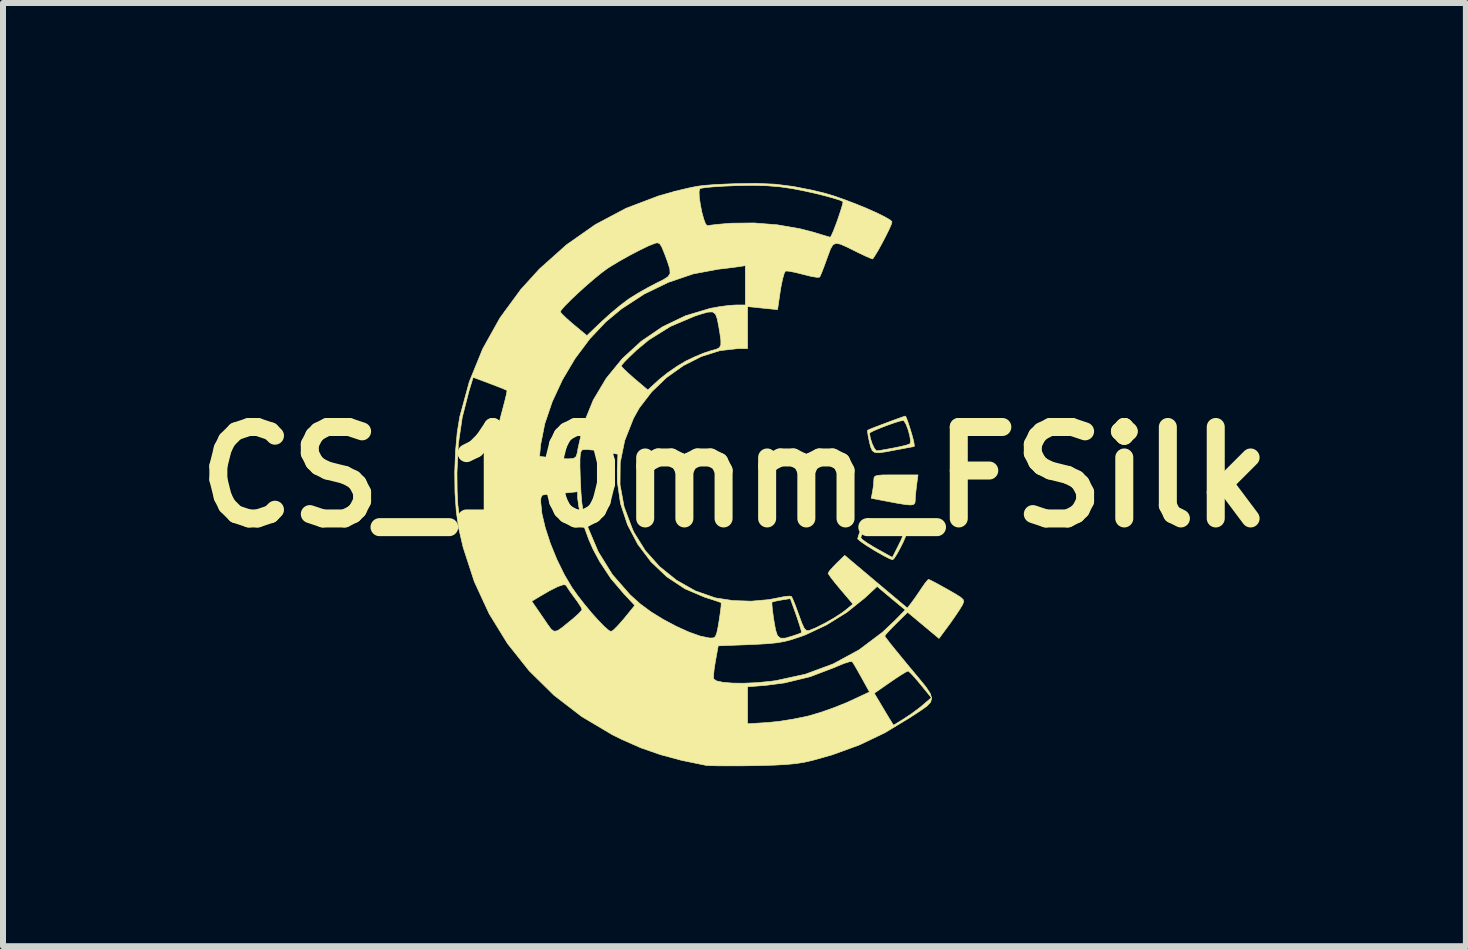
<source format=kicad_pcb>
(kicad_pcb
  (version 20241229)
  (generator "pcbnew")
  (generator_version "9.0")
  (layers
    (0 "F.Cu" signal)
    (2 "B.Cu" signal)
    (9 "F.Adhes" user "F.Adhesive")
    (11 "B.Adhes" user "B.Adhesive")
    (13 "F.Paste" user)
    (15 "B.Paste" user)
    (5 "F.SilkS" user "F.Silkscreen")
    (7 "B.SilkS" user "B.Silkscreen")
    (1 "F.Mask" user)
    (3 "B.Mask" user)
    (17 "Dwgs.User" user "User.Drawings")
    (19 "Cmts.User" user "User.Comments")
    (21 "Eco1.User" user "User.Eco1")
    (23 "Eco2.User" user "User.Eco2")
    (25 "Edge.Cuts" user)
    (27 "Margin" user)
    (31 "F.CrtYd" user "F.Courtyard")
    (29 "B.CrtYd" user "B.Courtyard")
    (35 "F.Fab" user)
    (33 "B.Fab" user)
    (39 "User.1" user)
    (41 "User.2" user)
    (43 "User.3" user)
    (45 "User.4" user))
  (footprint "CS_10mm_FSilk"
    (layer "F.Cu")
    (at 9.188 4.899)
    (property "Reference" "CS_10mm_FSilk" (at 0 0 0) (layer "F.SilkS") (effects (font (size 1.524 1.524) (thickness 0.3))))
    (attr through_hole)
    (fp_poly (pts (xy 3.035 0.132) (xy 3.021 0.254) (xy 3.012 0.359) (xy 3.012 0.386) (xy 3.007 0.43) (xy 2.986 0.456) (xy 2.937 0.465) (xy 2.848 0.458) (xy 2.708 0.435) (xy 2.564 0.408) (xy 2.279 0.354) (xy 2.3 0.245) (xy 2.317 0.134) (xy 2.322 0.05) (xy 2.325 0.011) (xy 2.342 -0.014) (xy 2.386 -0.028) (xy 2.47 -0.035) (xy 2.609 -0.036) (xy 2.69 -0.036) (xy 3.058 -0.036) (xy 3.035 0.132)) (stroke (width 0.01) (type solid)) (fill yes) (layer "F.SilkS"))
    (fp_poly (pts (xy 2.267 0.701) (xy 2.362 0.732) (xy 2.482 0.775) (xy 2.611 0.823) (xy 2.73 0.869) (xy 2.821 0.908) (xy 2.865 0.931) (xy 2.867 0.933) (xy 2.851 0.99) (xy 2.812 1.082) (xy 2.759 1.187) (xy 2.705 1.286) (xy 2.659 1.356) (xy 2.635 1.378) (xy 2.587 1.361) (xy 2.494 1.314) (xy 2.373 1.246) (xy 2.322 1.216) (xy 2.201 1.141) (xy 2.108 1.077) (xy 2.058 1.035) (xy 2.053 1.026) (xy 2.057 1.011) (xy 2.105 1.011) (xy 2.134 1.044) (xy 2.213 1.1) (xy 2.326 1.169) (xy 2.368 1.193) (xy 2.631 1.339) (xy 2.727 1.15) (xy 2.777 1.048) (xy 2.807 0.974) (xy 2.812 0.95) (xy 2.775 0.932) (xy 2.69 0.898) (xy 2.578 0.855) (xy 2.456 0.811) (xy 2.345 0.771) (xy 2.263 0.744) (xy 2.229 0.736) (xy 2.199 0.788) (xy 2.159 0.871) (xy 2.123 0.954) (xy 2.105 1.008) (xy 2.105 1.011) (xy 2.057 1.011) (xy 2.071 0.963) (xy 2.108 0.874) (xy 2.153 0.782) (xy 2.194 0.713) (xy 2.217 0.689) (xy 2.267 0.701)) (stroke (width 0.01) (type solid)) (fill yes) (layer "F.SilkS"))
    (fp_poly (pts (xy 2.865 -0.985) (xy 2.894 -0.905) (xy 2.929 -0.798) (xy 2.962 -0.686) (xy 2.987 -0.591) (xy 2.987 -0.59) (xy 2.997 -0.527) (xy 2.993 -0.508) (xy 2.955 -0.502) (xy 2.863 -0.485) (xy 2.735 -0.461) (xy 2.697 -0.454) (xy 2.524 -0.421) (xy 2.409 -0.405) (xy 2.337 -0.411) (xy 2.296 -0.44) (xy 2.27 -0.499) (xy 2.249 -0.583) (xy 2.227 -0.688) (xy 2.221 -0.731) (xy 2.25 -0.731) (xy 2.263 -0.65) (xy 2.293 -0.557) (xy 2.331 -0.478) (xy 2.365 -0.438) (xy 2.369 -0.437) (xy 2.425 -0.444) (xy 2.53 -0.462) (xy 2.658 -0.486) (xy 2.784 -0.512) (xy 2.88 -0.537) (xy 2.925 -0.555) (xy 2.926 -0.555) (xy 2.934 -0.604) (xy 2.92 -0.692) (xy 2.892 -0.794) (xy 2.857 -0.884) (xy 2.823 -0.938) (xy 2.811 -0.943) (xy 2.752 -0.932) (xy 2.653 -0.901) (xy 2.535 -0.859) (xy 2.417 -0.813) (xy 2.318 -0.771) (xy 2.259 -0.74) (xy 2.25 -0.731) (xy 2.221 -0.731) (xy 2.217 -0.761) (xy 2.219 -0.78) (xy 2.256 -0.797) (xy 2.343 -0.832) (xy 2.459 -0.876) (xy 2.587 -0.924) (xy 2.706 -0.968) (xy 2.799 -1.001) (xy 2.846 -1.016) (xy 2.848 -1.016) (xy 2.865 -0.985)) (stroke (width 0.01) (type solid)) (fill yes) (layer "F.SilkS"))
    (fp_poly (pts (xy 0.677 -4.88) (xy 0.98 -4.842) (xy 1.3 -4.779) (xy 1.506 -4.729) (xy 1.657 -4.684) (xy 1.832 -4.623) (xy 2.019 -4.552) (xy 2.202 -4.477) (xy 2.369 -4.403) (xy 2.504 -4.336) (xy 2.595 -4.283) (xy 2.624 -4.256) (xy 2.615 -4.216) (xy 2.578 -4.13) (xy 2.522 -4.017) (xy 2.457 -3.892) (xy 2.392 -3.774) (xy 2.334 -3.68) (xy 2.303 -3.635) (xy 2.269 -3.645) (xy 2.186 -3.681) (xy 2.072 -3.735) (xy 2.045 -3.748) (xy 1.879 -3.831) (xy 1.765 -3.881) (xy 1.69 -3.895) (xy 1.64 -3.869) (xy 1.6 -3.801) (xy 1.558 -3.688) (xy 1.54 -3.639) (xy 1.491 -3.505) (xy 1.45 -3.399) (xy 1.423 -3.338) (xy 1.418 -3.331) (xy 1.376 -3.328) (xy 1.282 -3.343) (xy 1.158 -3.373) (xy 1.143 -3.377) (xy 1.013 -3.41) (xy 0.909 -3.43) (xy 0.852 -3.434) (xy 0.85 -3.433) (xy 0.828 -3.393) (xy 0.801 -3.298) (xy 0.774 -3.165) (xy 0.764 -3.104) (xy 0.718 -2.79) (xy 0.218 -2.84) (xy 0.218 -2.141) (xy 0.062 -2.141) (xy -0.242 -2.107) (xy -0.55 -2.01) (xy -0.85 -1.858) (xy -1.131 -1.659) (xy -1.379 -1.421) (xy -1.585 -1.153) (xy -1.682 -0.98) (xy -1.829 -0.608) (xy -1.904 -0.24) (xy -1.907 0.127) (xy -1.839 0.497) (xy -1.698 0.873) (xy -1.671 0.929) (xy -1.486 1.226) (xy -1.246 1.494) (xy -0.963 1.721) (xy -0.651 1.897) (xy -0.322 2.012) (xy -0.308 2.015) (xy -0.025 2.058) (xy 0.28 2.068) (xy 0.574 2.042) (xy 0.708 2.016) (xy 0.825 1.993) (xy 0.914 1.983) (xy 0.949 1.989) (xy 0.971 2.033) (xy 1.01 2.127) (xy 1.057 2.255) (xy 1.072 2.296) (xy 1.123 2.435) (xy 1.161 2.517) (xy 1.194 2.554) (xy 1.23 2.559) (xy 1.248 2.555) (xy 1.359 2.51) (xy 1.503 2.437) (xy 1.655 2.351) (xy 1.788 2.265) (xy 1.853 2.216) (xy 1.974 2.116) (xy 1.767 1.872) (xy 1.674 1.76) (xy 1.603 1.669) (xy 1.564 1.612) (xy 1.56 1.602) (xy 1.584 1.563) (xy 1.646 1.494) (xy 1.698 1.44) (xy 1.837 1.305) (xy 2.358 1.744) (xy 2.88 2.183) (xy 2.946 2.098) (xy 3.006 2.016) (xy 3.081 1.907) (xy 3.112 1.86) (xy 3.173 1.772) (xy 3.219 1.716) (xy 3.234 1.705) (xy 3.273 1.722) (xy 3.36 1.767) (xy 3.48 1.833) (xy 3.55 1.872) (xy 3.687 1.951) (xy 3.771 2.004) (xy 3.812 2.043) (xy 3.819 2.078) (xy 3.802 2.121) (xy 3.795 2.135) (xy 3.749 2.211) (xy 3.674 2.323) (xy 3.587 2.447) (xy 3.577 2.46) (xy 3.408 2.689) (xy 2.885 2.253) (xy 2.694 2.441) (xy 2.602 2.534) (xy 2.534 2.608) (xy 2.504 2.647) (xy 2.504 2.649) (xy 2.526 2.682) (xy 2.587 2.762) (xy 2.681 2.879) (xy 2.799 3.023) (xy 2.922 3.172) (xy 3.078 3.359) (xy 3.191 3.498) (xy 3.26 3.602) (xy 3.286 3.682) (xy 3.269 3.749) (xy 3.208 3.815) (xy 3.103 3.89) (xy 2.955 3.987) (xy 2.921 4.009) (xy 2.503 4.262) (xy 2.08 4.464) (xy 1.629 4.628) (xy 1.292 4.723) (xy 1.162 4.752) (xy 1.024 4.774) (xy 0.863 4.789) (xy 0.665 4.8) (xy 0.414 4.807) (xy 0.308 4.809) (xy 0.086 4.812) (xy -0.116 4.812) (xy -0.286 4.811) (xy -0.409 4.808) (xy -0.472 4.804) (xy -0.877 4.721) (xy -1.231 4.626) (xy -1.559 4.512) (xy -1.881 4.37) (xy -2.036 4.293) (xy -2.546 3.99) (xy -3.009 3.634) (xy -3.151 3.494) (xy 0.218 3.494) (xy 0.218 4.111) (xy 0.553 4.09) (xy 0.75 4.07) (xy 0.975 4.034) (xy 1.188 3.991) (xy 1.239 3.979) (xy 1.442 3.919) (xy 1.667 3.839) (xy 1.874 3.756) (xy 1.92 3.735) (xy 2.205 3.602) (xy 2.329 3.602) (xy 2.44 3.788) (xy 2.509 3.904) (xy 2.571 4.007) (xy 2.6 4.054) (xy 2.65 4.135) (xy 2.822 4.029) (xy 2.954 3.941) (xy 3.089 3.84) (xy 3.138 3.799) (xy 3.281 3.676) (xy 3.101 3.455) (xy 3.013 3.35) (xy 2.941 3.272) (xy 2.898 3.233) (xy 2.893 3.231) (xy 2.853 3.25) (xy 2.769 3.301) (xy 2.655 3.376) (xy 2.597 3.416) (xy 2.329 3.602) (xy 2.205 3.602) (xy 2.25 3.582) (xy 2.118 3.342) (xy 2.051 3.223) (xy 1.996 3.128) (xy 1.963 3.077) (xy 1.961 3.075) (xy 1.919 3.076) (xy 1.829 3.104) (xy 1.708 3.153) (xy 1.666 3.172) (xy 1.262 3.326) (xy 0.833 3.43) (xy 0.518 3.471) (xy 0.218 3.494) (xy -3.151 3.494) (xy -3.344 3.304) (xy -0.349 3.304) (xy -0.347 3.362) (xy -0.347 3.363) (xy -0.298 3.397) (xy -0.19 3.42) (xy -0.035 3.433) (xy 0.155 3.435) (xy 0.367 3.426) (xy 0.59 3.405) (xy 0.689 3.392) (xy 1.181 3.285) (xy 1.645 3.113) (xy 2.076 2.879) (xy 2.468 2.584) (xy 2.666 2.397) (xy 2.846 2.213) (xy 2.703 2.095) (xy 2.598 2.008) (xy 2.5 1.926) (xy 2.469 1.9) (xy 2.378 1.822) (xy 2.171 2.014) (xy 1.874 2.252) (xy 1.534 2.463) (xy 1.181 2.629) (xy 1.096 2.66) (xy 0.957 2.706) (xy 0.834 2.739) (xy 0.707 2.761) (xy 0.555 2.776) (xy 0.36 2.787) (xy 0.254 2.792) (xy -0.271 2.812) (xy -0.317 3.066) (xy -0.338 3.198) (xy -0.349 3.304) (xy -3.344 3.304) (xy -3.422 3.227) (xy -3.782 2.774) (xy -4.087 2.278) (xy -4.184 2.069) (xy -3.378 2.069) (xy -3.191 2.34) (xy -3.109 2.461) (xy -3.052 2.538) (xy -3.003 2.57) (xy -2.948 2.56) (xy -2.871 2.507) (xy -2.755 2.412) (xy -2.693 2.362) (xy -2.608 2.287) (xy -2.552 2.228) (xy -2.54 2.205) (xy -2.56 2.161) (xy -2.613 2.08) (xy -2.665 2.009) (xy -2.736 1.912) (xy -2.788 1.834) (xy -2.805 1.803) (xy -2.845 1.792) (xy -2.94 1.823) (xy -3.085 1.896) (xy -3.258 1.997) (xy -3.378 2.069) (xy -4.184 2.069) (xy -4.335 1.742) (xy -4.521 1.171) (xy -4.596 0.848) (xy -4.635 0.576) (xy -4.657 0.257) (xy -4.661 -0.073) (xy -4.624 -0.073) (xy -4.621 0.233) (xy -4.609 0.468) (xy -4.587 0.634) (xy -4.556 0.731) (xy -4.516 0.762) (xy -4.456 0.756) (xy -4.348 0.741) (xy -4.219 0.72) (xy -3.973 0.678) (xy -3.972 0.411) (xy -3.229 0.411) (xy -3.209 0.607) (xy -3.153 0.844) (xy -3.068 1.105) (xy -2.96 1.371) (xy -2.835 1.626) (xy -2.711 1.836) (xy -2.615 1.972) (xy -2.502 2.117) (xy -2.384 2.26) (xy -2.269 2.388) (xy -2.169 2.491) (xy -2.093 2.556) (xy -2.056 2.574) (xy -2.014 2.547) (xy -1.943 2.476) (xy -1.855 2.376) (xy -1.837 2.355) (xy -1.661 2.138) (xy -1.839 1.949) (xy -2.06 1.689) (xy -2.244 1.411) (xy -2.353 1.209) (xy -2.426 1.044) (xy -2.495 0.855) (xy -2.554 0.663) (xy -2.595 0.49) (xy -2.612 0.359) (xy -2.613 0.349) (xy -2.613 0.244) (xy -2.836 0.267) (xy -2.97 0.28) (xy -3.086 0.288) (xy -3.144 0.29) (xy -3.203 0.301) (xy -3.226 0.349) (xy -3.229 0.411) (xy -3.972 0.411) (xy -3.971 -0.033) (xy -3.97 -0.188) (xy -2.575 -0.188) (xy -2.57 -0.003) (xy -2.568 0.046) (xy -2.557 0.269) (xy -2.542 0.441) (xy -2.518 0.585) (xy -2.483 0.721) (xy -2.452 0.816) (xy -2.271 1.243) (xy -2.034 1.625) (xy -1.74 1.961) (xy -1.571 2.113) (xy -1.394 2.244) (xy -1.19 2.37) (xy -0.974 2.485) (xy -0.763 2.581) (xy -0.573 2.649) (xy -0.421 2.681) (xy -0.397 2.682) (xy -0.35 2.68) (xy -0.319 2.658) (xy -0.296 2.603) (xy -0.274 2.501) (xy -0.256 2.393) (xy -0.236 2.258) (xy -0.223 2.153) (xy -0.222 2.124) (xy 0.624 2.124) (xy 0.633 2.217) (xy 0.65 2.346) (xy 0.657 2.391) (xy 0.685 2.549) (xy 0.717 2.644) (xy 0.768 2.685) (xy 0.847 2.684) (xy 0.969 2.648) (xy 0.983 2.643) (xy 1.068 2.614) (xy 1.116 2.594) (xy 1.118 2.593) (xy 1.112 2.557) (xy 1.086 2.469) (xy 1.046 2.347) (xy 1.031 2.304) (xy 0.931 2.025) (xy 0.785 2.048) (xy 0.69 2.066) (xy 0.632 2.081) (xy 0.625 2.084) (xy 0.624 2.124) (xy -0.222 2.124) (xy -0.221 2.097) (xy -0.222 2.093) (xy -0.261 2.078) (xy -0.351 2.048) (xy -0.473 2.009) (xy -0.49 2.004) (xy -0.824 1.862) (xy -1.127 1.662) (xy -1.392 1.41) (xy -1.612 1.118) (xy -1.783 0.792) (xy -1.899 0.441) (xy -1.952 0.075) (xy -1.953 -0.127) (xy -1.942 -0.381) (xy -2.209 -0.428) (xy -2.346 -0.449) (xy -2.46 -0.459) (xy -2.527 -0.456) (xy -2.531 -0.455) (xy -2.553 -0.436) (xy -2.567 -0.393) (xy -2.574 -0.314) (xy -2.575 -0.188) (xy -3.97 -0.188) (xy -3.97 -0.286) (xy -3.969 -0.345) (xy -3.248 -0.345) (xy -3.066 -0.322) (xy -2.929 -0.31) (xy -2.798 -0.304) (xy -2.758 -0.304) (xy -2.681 -0.311) (xy -2.64 -0.339) (xy -2.618 -0.407) (xy -2.607 -0.478) (xy -2.513 -0.89) (xy -2.354 -1.281) (xy -2.137 -1.645) (xy -1.967 -1.853) (xy -1.887 -1.853) (xy -1.861 -1.818) (xy -1.792 -1.751) (xy -1.694 -1.663) (xy -1.665 -1.638) (xy -1.444 -1.451) (xy -1.253 -1.626) (xy -1.117 -1.735) (xy -0.953 -1.848) (xy -0.812 -1.932) (xy -0.663 -2.003) (xy -0.512 -2.066) (xy -0.391 -2.106) (xy -0.39 -2.106) (xy -0.304 -2.129) (xy -0.251 -2.156) (xy -0.227 -2.202) (xy -0.227 -2.281) (xy -0.245 -2.409) (xy -0.261 -2.503) (xy -0.287 -2.636) (xy -0.317 -2.717) (xy -0.366 -2.752) (xy -0.448 -2.748) (xy -0.578 -2.71) (xy -0.663 -2.682) (xy -1.066 -2.511) (xy -1.428 -2.285) (xy -1.634 -2.114) (xy -1.743 -2.01) (xy -1.829 -1.924) (xy -1.879 -1.867) (xy -1.887 -1.853) (xy -1.967 -1.853) (xy -1.868 -1.974) (xy -1.554 -2.262) (xy -1.202 -2.502) (xy -0.817 -2.687) (xy -0.407 -2.81) (xy -0.399 -2.812) (xy -0.243 -2.84) (xy -0.089 -2.86) (xy 0.021 -2.867) (xy 0.181 -2.867) (xy 0.181 -3.523) (xy 0.064 -3.505) (xy -0.039 -3.491) (xy -0.177 -3.474) (xy -0.272 -3.463) (xy -0.685 -3.386) (xy -1.101 -3.245) (xy -1.505 -3.049) (xy -1.882 -2.803) (xy -2.144 -2.586) (xy -2.411 -2.303) (xy -2.655 -1.977) (xy -2.866 -1.622) (xy -3.037 -1.254) (xy -3.161 -0.888) (xy -3.23 -0.539) (xy -3.235 -0.488) (xy -3.248 -0.345) (xy -3.969 -0.345) (xy -3.966 -0.481) (xy -3.959 -0.633) (xy -3.947 -0.757) (xy -3.928 -0.869) (xy -3.902 -0.983) (xy -3.874 -1.088) (xy -3.835 -1.235) (xy -3.806 -1.353) (xy -3.791 -1.427) (xy -3.791 -1.444) (xy -3.828 -1.461) (xy -3.916 -1.497) (xy -4.039 -1.544) (xy -4.078 -1.559) (xy -4.354 -1.662) (xy -4.425 -1.429) (xy -4.536 -0.995) (xy -4.601 -0.552) (xy -4.624 -0.074) (xy -4.624 -0.073) (xy -4.661 -0.073) (xy -4.661 -0.085) (xy -4.648 -0.429) (xy -4.619 -0.75) (xy -4.577 -1.006) (xy -4.418 -1.589) (xy -4.195 -2.137) (xy -3.909 -2.649) (xy -3.832 -2.755) (xy -2.903 -2.755) (xy -2.877 -2.72) (xy -2.808 -2.653) (xy -2.71 -2.566) (xy -2.681 -2.542) (xy -2.459 -2.357) (xy -2.2 -2.603) (xy -2.061 -2.729) (xy -1.912 -2.853) (xy -1.781 -2.953) (xy -1.742 -2.98) (xy -1.601 -3.067) (xy -1.433 -3.162) (xy -1.295 -3.234) (xy -1.178 -3.292) (xy -1.106 -3.34) (xy -1.073 -3.392) (xy -1.077 -3.466) (xy -1.112 -3.578) (xy -1.165 -3.722) (xy -1.211 -3.834) (xy -1.247 -3.89) (xy -1.286 -3.904) (xy -1.319 -3.897) (xy -1.427 -3.855) (xy -1.576 -3.783) (xy -1.747 -3.694) (xy -1.92 -3.597) (xy -2.074 -3.504) (xy -2.123 -3.472) (xy -2.22 -3.4) (xy -2.341 -3.301) (xy -2.474 -3.187) (xy -2.606 -3.067) (xy -2.727 -2.953) (xy -2.824 -2.855) (xy -2.886 -2.784) (xy -2.903 -2.755) (xy -3.832 -2.755) (xy -3.56 -3.126) (xy -3.249 -3.468) (xy -2.799 -3.87) (xy -2.318 -4.207) (xy -1.806 -4.479) (xy -1.263 -4.685) (xy -1.025 -4.752) (xy -1.019 -4.754) (xy -0.59 -4.754) (xy -0.586 -4.658) (xy -0.568 -4.538) (xy -0.543 -4.412) (xy -0.512 -4.298) (xy -0.481 -4.217) (xy -0.453 -4.187) (xy -0.45 -4.187) (xy -0.395 -4.197) (xy -0.286 -4.21) (xy -0.141 -4.223) (xy -0.047 -4.23) (xy 0.325 -4.234) (xy 0.715 -4.203) (xy 1.09 -4.138) (xy 1.302 -4.084) (xy 1.433 -4.044) (xy 1.536 -4.013) (xy 1.592 -3.997) (xy 1.597 -3.996) (xy 1.616 -4.026) (xy 1.652 -4.109) (xy 1.698 -4.229) (xy 1.718 -4.284) (xy 1.763 -4.418) (xy 1.795 -4.522) (xy 1.809 -4.582) (xy 1.809 -4.589) (xy 1.756 -4.614) (xy 1.648 -4.648) (xy 1.5 -4.689) (xy 1.329 -4.731) (xy 1.151 -4.77) (xy 0.982 -4.803) (xy 0.947 -4.809) (xy 0.746 -4.838) (xy 0.544 -4.854) (xy 0.318 -4.86) (xy 0.046 -4.856) (xy 0.012 -4.855) (xy -0.183 -4.847) (xy -0.353 -4.836) (xy -0.483 -4.824) (xy -0.562 -4.811) (xy -0.578 -4.805) (xy -0.59 -4.754) (xy -1.019 -4.754) (xy -0.854 -4.795) (xy -0.719 -4.826) (xy -0.6 -4.848) (xy -0.477 -4.862) (xy -0.333 -4.873) (xy -0.148 -4.882) (xy 0.005 -4.888) (xy 0.362 -4.894) (xy 0.677 -4.88)) (stroke (width 0.01) (type solid)) (fill yes) (layer "F.SilkS")))
  (gr_rect
    (start -3 -3)
    (end 21.375 12.716)
    (stroke (width 0.1) (type default))
    (fill no)
    (layer "Edge.Cuts")))
</source>
